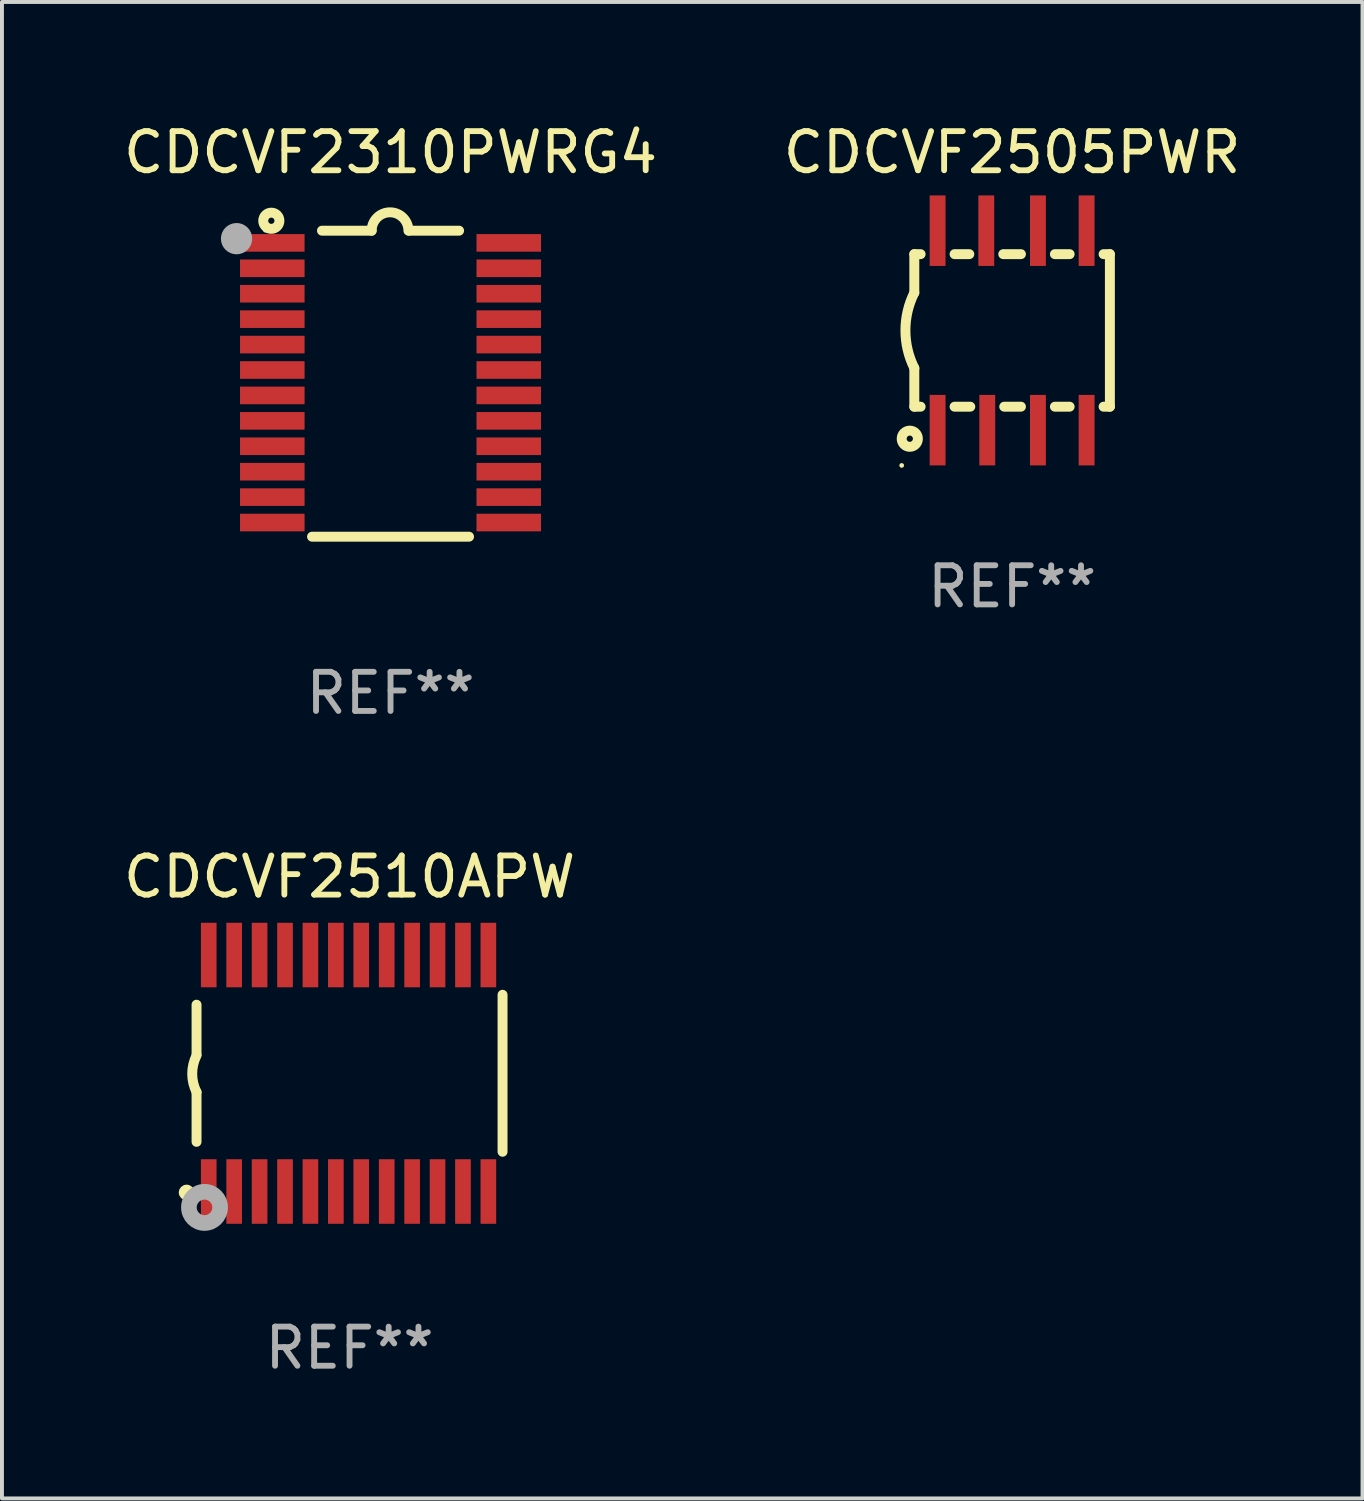
<source format=kicad_pcb>
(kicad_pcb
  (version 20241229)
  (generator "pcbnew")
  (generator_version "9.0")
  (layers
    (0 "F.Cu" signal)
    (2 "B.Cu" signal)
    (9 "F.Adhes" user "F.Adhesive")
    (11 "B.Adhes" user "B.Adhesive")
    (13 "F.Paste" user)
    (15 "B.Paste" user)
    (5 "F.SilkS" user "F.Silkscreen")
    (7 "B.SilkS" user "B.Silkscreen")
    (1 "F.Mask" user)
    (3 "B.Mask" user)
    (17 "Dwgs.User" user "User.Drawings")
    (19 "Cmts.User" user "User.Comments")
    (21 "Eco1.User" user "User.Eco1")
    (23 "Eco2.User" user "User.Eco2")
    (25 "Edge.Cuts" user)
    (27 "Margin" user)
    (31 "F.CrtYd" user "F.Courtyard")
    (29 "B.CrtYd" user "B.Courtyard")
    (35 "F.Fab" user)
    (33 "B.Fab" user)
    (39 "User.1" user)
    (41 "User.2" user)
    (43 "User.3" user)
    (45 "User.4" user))
  (footprint "CDCVF2505PWR"
    (layer "F.Cu")
    (at 22.827 5.398)
    (property "Reference" "CDCVF2505PWR" (at 0 -4.55 0) (layer "F.SilkS") (effects (font (size 1 1) (thickness 0.15))))
    (attr through_hole)
    (fp_line (start -2.5 -1.95) (end -2.5 -0.965) (stroke (width 0.254) (type solid)) (layer "F.SilkS"))
    (fp_line (start -2.5 -1.95) (end -2.339 -1.95) (stroke (width 0.254) (type solid)) (layer "F.SilkS"))
    (fp_line (start -2.5 1.95) (end -2.5 0.965) (stroke (width 0.254) (type solid)) (layer "F.SilkS"))
    (fp_line (start -2.5 1.95) (end -2.339 1.95) (stroke (width 0.254) (type solid)) (layer "F.SilkS"))
    (fp_line (start -1.471 -1.95) (end -1.094 -1.95) (stroke (width 0.254) (type solid)) (layer "F.SilkS"))
    (fp_line (start -1.471 1.95) (end -1.069 1.95) (stroke (width 0.254) (type solid)) (layer "F.SilkS"))
    (fp_line (start -0.226 -1.95) (end 0.226 -1.95) (stroke (width 0.254) (type solid)) (layer "F.SilkS"))
    (fp_line (start -0.201 1.95) (end 0.226 1.95) (stroke (width 0.254) (type solid)) (layer "F.SilkS"))
    (fp_line (start 1.094 -1.95) (end 1.471 -1.95) (stroke (width 0.254) (type solid)) (layer "F.SilkS"))
    (fp_line (start 1.094 1.95) (end 1.471 1.95) (stroke (width 0.254) (type solid)) (layer "F.SilkS"))
    (fp_line (start 2.339 -1.95) (end 2.5 -1.95) (stroke (width 0.254) (type solid)) (layer "F.SilkS"))
    (fp_line (start 2.339 1.95) (end 2.5 1.95) (stroke (width 0.254) (type solid)) (layer "F.SilkS"))
    (fp_line (start 2.5 1.95) (end 2.5 -1.95) (stroke (width 0.254) (type solid)) (layer "F.SilkS"))
    (fp_arc (start -2.499365 0.965202) (mid -2.727435 0.000075) (end -2.5 -0.965202) (stroke (width 0.254001) (type solid)) (layer "F.SilkS"))
    (fp_circle (center -2.823 3.452) (end -2.793 3.452) (stroke (width 0.06) (type solid)) (fill no) (layer "F.SilkS"))
    (fp_circle (center -2.616 2.769) (end -2.536 2.769) (stroke (width 0.254) (type solid)) (fill no) (layer "F.SilkS"))
    (fp_text user "REF**" (at 0 6.55 0) (layer "F.Fab") (effects (font (size 1 1) (thickness 0.15))))
    (pad "1" smd rect (at -1.905 2.55 90) (size 1.803 0.406) (layers "F.Cu" "F.Mask" "F.Paste"))
    (pad "2" smd rect (at -0.635 2.55 90) (size 1.803 0.406) (layers "F.Cu" "F.Mask" "F.Paste"))
    (pad "3" smd rect (at 0.66 2.55 90) (size 1.803 0.406) (layers "F.Cu" "F.Mask" "F.Paste"))
    (pad "4" smd rect (at 1.905 2.55 90) (size 1.803 0.406) (layers "F.Cu" "F.Mask" "F.Paste"))
    (pad "5" smd rect (at 1.905 -2.55 90) (size 1.803 0.406) (layers "F.Cu" "F.Mask" "F.Paste"))
    (pad "6" smd rect (at 0.66 -2.55 90) (size 1.803 0.406) (layers "F.Cu" "F.Mask" "F.Paste"))
    (pad "7" smd rect (at -0.66 -2.55 90) (size 1.803 0.406) (layers "F.Cu" "F.Mask" "F.Paste"))
    (pad "8" smd rect (at -1.905 -2.55 90) (size 1.803 0.406) (layers "F.Cu" "F.Mask" "F.Paste")))
  (footprint "CDCVF2510APW"
    (layer "F.Cu")
    (at 5.887 24.391)
    (property "Reference" "CDCVF2510APW" (at 0 -5.023 0) (layer "F.SilkS") (effects (font (size 1 1) (thickness 0.15))))
    (attr through_hole)
    (fp_line (start -3.912 -0.483) (end -3.912 -1.753) (stroke (width 0.254) (type solid)) (layer "F.SilkS"))
    (fp_line (start -3.912 1.753) (end -3.912 0.483) (stroke (width 0.254) (type solid)) (layer "F.SilkS"))
    (fp_line (start 3.912 -2.007) (end 3.912 2.007) (stroke (width 0.254) (type solid)) (layer "F.SilkS"))
    (fp_arc (start -3.911608 0.482601) (mid -4.022537 0.0127) (end -3.911608 -0.457201) (stroke (width 0.254001) (type solid)) (layer "F.SilkS"))
    (fp_circle (center -4.166 3.048) (end -4.066 3.048) (stroke (width 0.2) (type solid)) (fill no) (layer "F.SilkS"))
    (fp_circle (center -3.925 3.186) (end -3.895 3.186) (stroke (width 0.06) (type solid)) (fill no) (layer "F.SilkS"))
    (fp_circle (center -3.708 3.429) (end -3.509 3.429) (stroke (width 0.4) (type solid)) (fill no) (layer "F.Fab"))
    (fp_text user "REF**" (at 0 7.023 0) (layer "F.Fab") (effects (font (size 1 1) (thickness 0.15))))
    (pad "1" smd rect (at -3.6 3.023) (size 0.4 1.65) (layers "F.Cu" "F.Mask" "F.Paste"))
    (pad "2" smd rect (at -2.95 3.023) (size 0.4 1.65) (layers "F.Cu" "F.Mask" "F.Paste"))
    (pad "3" smd rect (at -2.3 3.023) (size 0.4 1.65) (layers "F.Cu" "F.Mask" "F.Paste"))
    (pad "4" smd rect (at -1.65 3.023) (size 0.4 1.65) (layers "F.Cu" "F.Mask" "F.Paste"))
    (pad "5" smd rect (at -1 3.023) (size 0.4 1.65) (layers "F.Cu" "F.Mask" "F.Paste"))
    (pad "6" smd rect (at -0.35 3.023) (size 0.4 1.65) (layers "F.Cu" "F.Mask" "F.Paste"))
    (pad "7" smd rect (at 0.299 3.023) (size 0.4 1.65) (layers "F.Cu" "F.Mask" "F.Paste"))
    (pad "8" smd rect (at 0.95 3.023) (size 0.4 1.65) (layers "F.Cu" "F.Mask" "F.Paste"))
    (pad "9" smd rect (at 1.6 3.023) (size 0.4 1.65) (layers "F.Cu" "F.Mask" "F.Paste"))
    (pad "10" smd rect (at 2.25 3.023) (size 0.4 1.65) (layers "F.Cu" "F.Mask" "F.Paste"))
    (pad "11" smd rect (at 2.9 3.023) (size 0.4 1.65) (layers "F.Cu" "F.Mask" "F.Paste"))
    (pad "12" smd rect (at 3.549 3.023) (size 0.4 1.65) (layers "F.Cu" "F.Mask" "F.Paste"))
    (pad "13" smd rect (at 3.549 -3.023) (size 0.4 1.65) (layers "F.Cu" "F.Mask" "F.Paste"))
    (pad "14" smd rect (at 2.9 -3.023) (size 0.4 1.65) (layers "F.Cu" "F.Mask" "F.Paste"))
    (pad "15" smd rect (at 2.25 -3.023) (size 0.4 1.65) (layers "F.Cu" "F.Mask" "F.Paste"))
    (pad "16" smd rect (at 1.6 -3.023) (size 0.4 1.65) (layers "F.Cu" "F.Mask" "F.Paste"))
    (pad "17" smd rect (at 0.95 -3.023) (size 0.4 1.65) (layers "F.Cu" "F.Mask" "F.Paste"))
    (pad "18" smd rect (at 0.299 -3.023) (size 0.4 1.65) (layers "F.Cu" "F.Mask" "F.Paste"))
    (pad "19" smd rect (at -0.35 -3.023) (size 0.4 1.65) (layers "F.Cu" "F.Mask" "F.Paste"))
    (pad "20" smd rect (at -1 -3.023) (size 0.4 1.65) (layers "F.Cu" "F.Mask" "F.Paste"))
    (pad "21" smd rect (at -1.65 -3.023) (size 0.4 1.65) (layers "F.Cu" "F.Mask" "F.Paste"))
    (pad "22" smd rect (at -2.3 -3.023) (size 0.4 1.65) (layers "F.Cu" "F.Mask" "F.Paste"))
    (pad "23" smd rect (at -2.95 -3.023) (size 0.4 1.65) (layers "F.Cu" "F.Mask" "F.Paste"))
    (pad "24" smd rect (at -3.6 -3.023) (size 0.4 1.65) (layers "F.Cu" "F.Mask" "F.Paste")))
  (footprint "CDCVF2310PWRG4"
    (layer "F.Cu")
    (at 6.935 6.76)
    (property "Reference" "CDCVF2310PWRG4" (at 0 -5.912 0) (layer "F.SilkS") (effects (font (size 1 1) (thickness 0.15))))
    (attr through_hole)
    (fp_line (start -1.753 -3.912) (end -0.483 -3.912) (stroke (width 0.254) (type solid)) (layer "F.SilkS"))
    (fp_line (start 0.483 -3.912) (end 1.753 -3.912) (stroke (width 0.254) (type solid)) (layer "F.SilkS"))
    (fp_line (start 2.007 3.912) (end -2.007 3.912) (stroke (width 0.254) (type solid)) (layer "F.SilkS"))
    (fp_arc (start -0.482626 -3.911608) (mid -0.012725 -4.381509) (end 0.457176 -3.911608) (stroke (width 0.254001) (type solid)) (layer "F.SilkS"))
    (fp_circle (center -3.2 -3.925) (end -3.17 -3.925) (stroke (width 0.06) (type solid)) (fill no) (layer "F.SilkS"))
    (fp_circle (center -3.048 -4.166) (end -2.968 -4.166) (stroke (width 0.254) (type solid)) (fill no) (layer "F.SilkS"))
    (fp_circle (center -3.937 -3.708) (end -3.737 -3.708) (stroke (width 0.4) (type solid)) (fill no) (layer "F.Fab"))
    (fp_text user "REF**" (at 0 7.912 0) (layer "F.Fab") (effects (font (size 1 1) (thickness 0.15))))
    (pad "1" smd rect (at -3.023 -3.6) (size 1.65 0.45) (layers "F.Cu" "F.Mask" "F.Paste"))
    (pad "2" smd rect (at -3.023 -2.95) (size 1.65 0.45) (layers "F.Cu" "F.Mask" "F.Paste"))
    (pad "3" smd rect (at -3.023 -2.3) (size 1.65 0.45) (layers "F.Cu" "F.Mask" "F.Paste"))
    (pad "4" smd rect (at -3.023 -1.65) (size 1.65 0.45) (layers "F.Cu" "F.Mask" "F.Paste"))
    (pad "5" smd rect (at -3.023 -1) (size 1.65 0.45) (layers "F.Cu" "F.Mask" "F.Paste"))
    (pad "6" smd rect (at -3.023 -0.35) (size 1.65 0.45) (layers "F.Cu" "F.Mask" "F.Paste"))
    (pad "7" smd rect (at -3.023 0.3) (size 1.65 0.45) (layers "F.Cu" "F.Mask" "F.Paste"))
    (pad "8" smd rect (at -3.023 0.95) (size 1.65 0.45) (layers "F.Cu" "F.Mask" "F.Paste"))
    (pad "9" smd rect (at -3.023 1.6) (size 1.65 0.45) (layers "F.Cu" "F.Mask" "F.Paste"))
    (pad "10" smd rect (at -3.023 2.25) (size 1.65 0.45) (layers "F.Cu" "F.Mask" "F.Paste"))
    (pad "11" smd rect (at -3.023 2.9) (size 1.65 0.45) (layers "F.Cu" "F.Mask" "F.Paste"))
    (pad "12" smd rect (at -3.023 3.55) (size 1.65 0.45) (layers "F.Cu" "F.Mask" "F.Paste"))
    (pad "13" smd rect (at 3.023 3.55) (size 1.65 0.45) (layers "F.Cu" "F.Mask" "F.Paste"))
    (pad "14" smd rect (at 3.023 2.9) (size 1.65 0.45) (layers "F.Cu" "F.Mask" "F.Paste"))
    (pad "15" smd rect (at 3.023 2.25) (size 1.65 0.45) (layers "F.Cu" "F.Mask" "F.Paste"))
    (pad "16" smd rect (at 3.023 1.6) (size 1.65 0.45) (layers "F.Cu" "F.Mask" "F.Paste"))
    (pad "17" smd rect (at 3.023 0.95) (size 1.65 0.45) (layers "F.Cu" "F.Mask" "F.Paste"))
    (pad "18" smd rect (at 3.023 0.3) (size 1.65 0.45) (layers "F.Cu" "F.Mask" "F.Paste"))
    (pad "19" smd rect (at 3.023 -0.35) (size 1.65 0.45) (layers "F.Cu" "F.Mask" "F.Paste"))
    (pad "20" smd rect (at 3.023 -1) (size 1.65 0.45) (layers "F.Cu" "F.Mask" "F.Paste"))
    (pad "21" smd rect (at 3.023 -1.65) (size 1.65 0.45) (layers "F.Cu" "F.Mask" "F.Paste"))
    (pad "22" smd rect (at 3.023 -2.3) (size 1.65 0.45) (layers "F.Cu" "F.Mask" "F.Paste"))
    (pad "23" smd rect (at 3.023 -2.95) (size 1.65 0.45) (layers "F.Cu" "F.Mask" "F.Paste"))
    (pad "24" smd rect (at 3.023 -3.6) (size 1.65 0.45) (layers "F.Cu" "F.Mask" "F.Paste")))
  (gr_rect
    (start -3 -3)
    (end 31.786 35.261)
    (stroke (width 0.1) (type default))
    (fill no)
    (layer "Edge.Cuts")))
</source>
